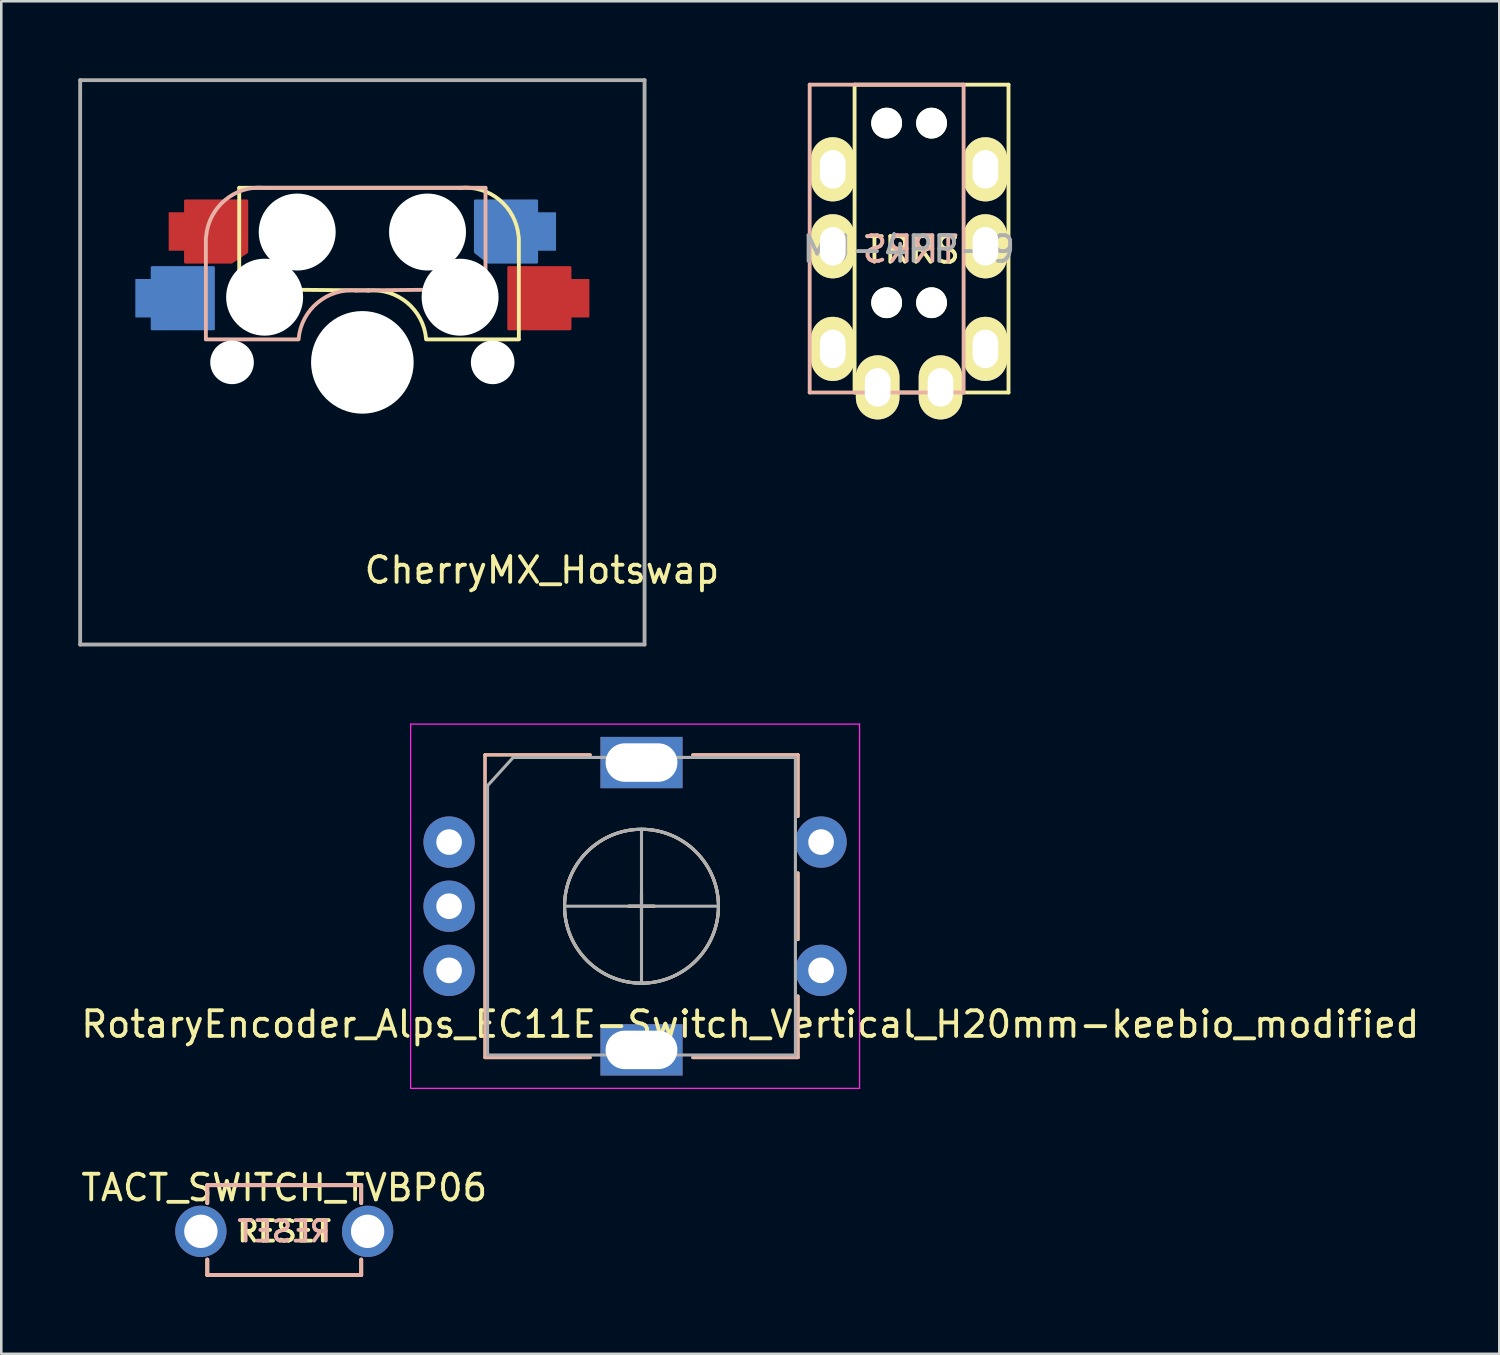
<source format=kicad_pcb>
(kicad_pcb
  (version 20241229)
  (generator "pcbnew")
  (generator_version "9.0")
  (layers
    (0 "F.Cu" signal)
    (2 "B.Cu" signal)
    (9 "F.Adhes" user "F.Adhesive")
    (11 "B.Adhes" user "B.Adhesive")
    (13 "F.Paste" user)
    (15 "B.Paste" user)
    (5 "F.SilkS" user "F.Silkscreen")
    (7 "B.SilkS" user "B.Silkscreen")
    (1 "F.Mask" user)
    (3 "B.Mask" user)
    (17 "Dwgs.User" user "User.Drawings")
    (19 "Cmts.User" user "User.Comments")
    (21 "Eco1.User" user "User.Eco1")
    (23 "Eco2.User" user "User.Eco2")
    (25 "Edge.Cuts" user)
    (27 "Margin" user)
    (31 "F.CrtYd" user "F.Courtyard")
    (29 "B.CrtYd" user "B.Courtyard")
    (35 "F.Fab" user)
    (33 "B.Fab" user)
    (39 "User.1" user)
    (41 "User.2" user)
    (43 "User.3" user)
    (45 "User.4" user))
  (footprint "RotaryEncoder_Alps_EC11E-Switch_Vertical_H20mm-keebio_modified"
    (layer "F.Cu")
    (at 21.956 32.275)
    (property "Reference" "RotaryEncoder_Alps_EC11E-Switch_Vertical_H20mm-keebio_modified" (at 4.24 4.6 0) (layer "F.SilkS") (effects (font (size 1 1) (thickness 0.15))))
    (attr through_hole)
    (fp_line (start -6.1 -5.9) (end -6.1 5.9) (stroke (width 0.12) (type solid)) (layer "F.SilkS"))
    (fp_line (start -2 -5.9) (end -6.1 -5.9) (stroke (width 0.12) (type solid)) (layer "F.SilkS"))
    (fp_line (start -2 5.9) (end -6.1 5.9) (stroke (width 0.12) (type solid)) (layer "F.SilkS"))
    (fp_line (start -0.5 0) (end 0.5 0) (stroke (width 0.12) (type solid)) (layer "F.SilkS"))
    (fp_line (start 0 -0.5) (end 0 0.5) (stroke (width 0.12) (type solid)) (layer "F.SilkS"))
    (fp_line (start 2 -5.9) (end 6.1 -5.9) (stroke (width 0.12) (type solid)) (layer "F.SilkS"))
    (fp_line (start 6.1 -5.9) (end 6.1 -3.5) (stroke (width 0.12) (type solid)) (layer "F.SilkS"))
    (fp_line (start 6.1 -1.3) (end 6.1 1.3) (stroke (width 0.12) (type solid)) (layer "F.SilkS"))
    (fp_line (start 6.1 3.5) (end 6.1 5.9) (stroke (width 0.12) (type solid)) (layer "F.SilkS"))
    (fp_line (start 6.1 5.9) (end 2 5.9) (stroke (width 0.12) (type solid)) (layer "F.SilkS"))
    (fp_circle (center 0 0) (end 3 0) (stroke (width 0.12) (type solid)) (fill no) (layer "F.SilkS"))
    (fp_line (start -6.1 -5.9) (end -6.1 5.9) (stroke (width 0.12) (type solid)) (layer "B.SilkS"))
    (fp_line (start -2 -5.9) (end -6.1 -5.9) (stroke (width 0.12) (type solid)) (layer "B.SilkS"))
    (fp_line (start -2 5.9) (end -6.1 5.9) (stroke (width 0.12) (type solid)) (layer "B.SilkS"))
    (fp_line (start -0.5 0) (end 0.5 0) (stroke (width 0.12) (type solid)) (layer "B.SilkS"))
    (fp_line (start 0 -0.5) (end 0 0.5) (stroke (width 0.12) (type solid)) (layer "B.SilkS"))
    (fp_line (start 2 -5.9) (end 6.1 -5.9) (stroke (width 0.12) (type solid)) (layer "B.SilkS"))
    (fp_line (start 6.1 -5.9) (end 6.1 -3.5) (stroke (width 0.12) (type solid)) (layer "B.SilkS"))
    (fp_line (start 6.1 -1.3) (end 6.1 1.3) (stroke (width 0.12) (type solid)) (layer "B.SilkS"))
    (fp_line (start 6.1 3.5) (end 6.1 5.9) (stroke (width 0.12) (type solid)) (layer "B.SilkS"))
    (fp_line (start 6.1 5.9) (end 2 5.9) (stroke (width 0.12) (type solid)) (layer "B.SilkS"))
    (fp_circle (center 0 0) (end 3 0) (stroke (width 0.12) (type solid)) (fill no) (layer "B.SilkS"))
    (fp_line (start -9 -7.1) (end -9 7.1) (stroke (width 0.05) (type solid)) (layer "F.CrtYd"))
    (fp_line (start -9 -7.1) (end 8.5 -7.1) (stroke (width 0.05) (type solid)) (layer "F.CrtYd"))
    (fp_line (start 8.5 7.1) (end -9 7.1) (stroke (width 0.05) (type solid)) (layer "F.CrtYd"))
    (fp_line (start 8.5 7.1) (end 8.5 -7.1) (stroke (width 0.05) (type solid)) (layer "F.CrtYd"))
    (fp_line (start -6 -4.7) (end -5 -5.8) (stroke (width 0.12) (type solid)) (layer "F.Fab"))
    (fp_line (start -6 5.8) (end -6 -4.7) (stroke (width 0.12) (type solid)) (layer "F.Fab"))
    (fp_line (start -5 -5.8) (end 6 -5.8) (stroke (width 0.12) (type solid)) (layer "F.Fab"))
    (fp_line (start -3 0) (end 3 0) (stroke (width 0.12) (type solid)) (layer "F.Fab"))
    (fp_line (start 0 -3) (end 0 3) (stroke (width 0.12) (type solid)) (layer "F.Fab"))
    (fp_line (start 6 -5.8) (end 6 5.8) (stroke (width 0.12) (type solid)) (layer "F.Fab"))
    (fp_line (start 6 5.8) (end -6 5.8) (stroke (width 0.12) (type solid)) (layer "F.Fab"))
    (fp_circle (center 0 0) (end 3 0) (stroke (width 0.12) (type solid)) (fill no) (layer "F.Fab"))
    (pad "A" thru_hole circle (at -7.5 -2.5) (size 2 2) (drill 1) (layers "*.Cu" "*.Mask"))
    (pad "B" thru_hole circle (at -7.5 2.5) (size 2 2) (drill 1) (layers "*.Cu" "*.Mask"))
    (pad "C" thru_hole circle (at -7.5 0) (size 2 2) (drill 1) (layers "*.Cu" "*.Mask"))
    (pad "MP" thru_hole rect (at 0 -5.6) (size 3.2 2) (drill oval 2.8 1.5) (layers "*.Cu" "*.Mask"))
    (pad "MP" thru_hole rect (at 0 5.6) (size 3.2 2) (drill oval 2.8 1.5) (layers "*.Cu" "*.Mask"))
    (pad "S1" thru_hole circle (at 7 2.5) (size 2 2) (drill 1) (layers "*.Cu" "*.Mask"))
    (pad "S2" thru_hole circle (at 7 -2.5) (size 2 2) (drill 1) (layers "*.Cu" "*.Mask")))
  (footprint "MJ-4PP-9"
    (layer "F.Cu")
    (at 33.262 0.25)
    (property "Reference" "MJ-4PP-9" (at -0.889 6.413 0) (layer "F.Fab") (effects (font (size 1 1) (thickness 0.15))))
    (attr through_hole)
    (fp_line (start -3 0) (end 3 0) (stroke (width 0.15) (type solid)) (layer "F.SilkS"))
    (fp_line (start -3 12) (end -3 0) (stroke (width 0.15) (type solid)) (layer "F.SilkS"))
    (fp_line (start 3 0) (end 3 12) (stroke (width 0.15) (type solid)) (layer "F.SilkS"))
    (fp_line (start 3 12) (end -3 12) (stroke (width 0.15) (type solid)) (layer "F.SilkS"))
    (fp_line (start -4.75 0) (end 1.25 0) (stroke (width 0.15) (type solid)) (layer "B.SilkS"))
    (fp_line (start -4.75 12) (end -4.75 0) (stroke (width 0.15) (type solid)) (layer "B.SilkS"))
    (fp_line (start 1.25 0) (end 1.25 12) (stroke (width 0.15) (type solid)) (layer "B.SilkS"))
    (fp_line (start 1.25 12) (end -4.75 12) (stroke (width 0.15) (type solid)) (layer "B.SilkS"))
    (fp_text user "TRRS" (at -0.75 6.45 0) (layer "F.SilkS") (effects (font (size 1 1) (thickness 0.15))))
    (fp_text user "TRRS" (at -0.826 6.413 0) (layer "B.SilkS") (effects (font (size 1 1) (thickness 0.15)) (justify mirror)))
    (pad "" np_thru_hole circle (at -1.75 1.5) (size 1.2 1.2) (drill 1.2) (layers "*.Cu" "*.Mask" "F.SilkS"))
    (pad "" np_thru_hole circle (at -1.75 8.5) (size 1.2 1.2) (drill 1.2) (layers "*.Cu" "*.Mask" "F.SilkS"))
    (pad "" np_thru_hole circle (at 0 1.5) (size 1.2 1.2) (drill 1.2) (layers "*.Cu" "*.Mask" "F.SilkS"))
    (pad "" np_thru_hole circle (at 0 8.5) (size 1.2 1.2) (drill 1.2) (layers "*.Cu" "*.Mask" "F.SilkS"))
    (pad "1" thru_hole oval (at -3.85 10.3) (size 1.7 2.5) (drill oval 1 1.5) (layers "*.Cu" "*.Mask" "F.SilkS"))
    (pad "1" thru_hole oval (at 2.1 10.3) (size 1.7 2.5) (drill oval 1 1.5) (layers "*.Cu" "*.Mask" "F.SilkS"))
    (pad "2" thru_hole oval (at -3.85 6.3) (size 1.7 2.5) (drill oval 1 1.5) (layers "*.Cu" "*.Mask" "F.SilkS"))
    (pad "2" thru_hole oval (at 2.1 6.3) (size 1.7 2.5) (drill oval 1 1.5) (layers "*.Cu" "*.Mask" "F.SilkS"))
    (pad "3" thru_hole oval (at -3.85 3.3) (size 1.7 2.5) (drill oval 1 1.5) (layers "*.Cu" "*.Mask" "F.SilkS"))
    (pad "3" thru_hole oval (at 2.1 3.3) (size 1.7 2.5) (drill oval 1 1.5) (layers "*.Cu" "*.Mask" "F.SilkS"))
    (pad "4" thru_hole oval (at -2.1 11.8) (size 1.7 2.5) (drill oval 1 1.5) (layers "*.Cu" "*.Mask" "F.SilkS"))
    (pad "4" thru_hole oval (at 0.35 11.8) (size 1.7 2.5) (drill oval 1 1.5) (layers "*.Cu" "*.Mask" "F.SilkS")))
  (footprint "TACT_SWITCH_TVBP06"
    (layer "F.Cu")
    (at 8.03 44.948)
    (property "Reference" "TACT_SWITCH_TVBP06" (at 0 -1.7 0) (layer "F.SilkS") (effects (font (size 1 1) (thickness 0.15))))
    (attr through_hole)
    (fp_line (start -3 -1.8) (end -3 -1.1) (stroke (width 0.15) (type solid)) (layer "F.SilkS"))
    (fp_line (start -3 1.7) (end -3 1.1) (stroke (width 0.15) (type solid)) (layer "F.SilkS"))
    (fp_line (start -3 1.7) (end 3 1.7) (stroke (width 0.15) (type solid)) (layer "F.SilkS"))
    (fp_line (start 3 -1.8) (end -3 -1.8) (stroke (width 0.15) (type solid)) (layer "F.SilkS"))
    (fp_line (start 3 -1.8) (end 3 -1.1) (stroke (width 0.15) (type solid)) (layer "F.SilkS"))
    (fp_line (start 3 1.7) (end 3 1.1) (stroke (width 0.15) (type solid)) (layer "F.SilkS"))
    (fp_line (start -3 -1.8) (end -3 -1.1) (stroke (width 0.15) (type solid)) (layer "B.SilkS"))
    (fp_line (start -3 -1.8) (end 2.9 -1.8) (stroke (width 0.15) (type solid)) (layer "B.SilkS"))
    (fp_line (start -3 -1.8) (end 3 -1.8) (stroke (width 0.15) (type solid)) (layer "B.SilkS"))
    (fp_line (start -3 1.7) (end -3 1.1) (stroke (width 0.15) (type solid)) (layer "B.SilkS"))
    (fp_line (start 3 -1.8) (end 3 -1.1) (stroke (width 0.15) (type solid)) (layer "B.SilkS"))
    (fp_line (start 3 1.7) (end -3 1.7) (stroke (width 0.15) (type solid)) (layer "B.SilkS"))
    (fp_line (start 3 1.7) (end 3 1.1) (stroke (width 0.15) (type solid)) (layer "B.SilkS"))
    (fp_text user "RESET" (at 0 0 180) (layer "F.SilkS") (effects (font (size 0.8 0.8) (thickness 0.15))))
    (fp_text user "RESET" (at 0 0 0) (layer "B.SilkS") (effects (font (size 0.8 0.8) (thickness 0.15)) (justify mirror)))
    (pad "1" thru_hole circle (at -3.25 0) (size 2 2) (drill 1.3) (layers "*.Cu" "*.Mask"))
    (pad "2" thru_hole circle (at 3.25 0) (size 2 2) (drill 1.3) (layers "*.Cu" "*.Mask")))
  (footprint "CherryMX_Hotswap"
    (layer "F.Cu")
    (at 11.075 11.075)
    (property "Reference" "CherryMX_Hotswap" (at 7 8.1 0) (layer "F.SilkS") (effects (font (size 1 1) (thickness 0.15))))
    (attr through_hole)
    (fp_line (start -4.8 -6.804) (end 3.825 -6.804) (stroke (width 0.15) (type solid)) (layer "F.SilkS"))
    (fp_line (start -4.8 -2.896) (end -4.8 -6.804) (stroke (width 0.15) (type solid)) (layer "F.SilkS"))
    (fp_line (start -4.8 -2.85) (end 0.25 -2.804) (stroke (width 0.15) (type solid)) (layer "F.SilkS"))
    (fp_line (start 6.1 -4.85) (end 6.1 -0.905) (stroke (width 0.15) (type solid)) (layer "F.SilkS"))
    (fp_line (start 6.1 -0.896) (end 2.49 -0.896) (stroke (width 0.15) (type solid)) (layer "F.SilkS"))
    (fp_arc (start 0.225 -2.8) (mid 1.744361 -2.328062) (end 2.485001 -0.920001) (stroke (width 0.15) (type solid)) (layer "F.SilkS"))
    (fp_arc (start 3.825 -6.804) (mid 5.347189 -6.33089) (end 6.089 -4.92) (stroke (width 0.15) (type solid)) (layer "F.SilkS"))
    (fp_line (start -6.1 -4.85) (end -6.1 -0.905) (stroke (width 0.15) (type solid)) (layer "B.SilkS"))
    (fp_line (start -6.1 -0.896) (end -2.49 -0.896) (stroke (width 0.15) (type solid)) (layer "B.SilkS"))
    (fp_line (start 4.8 -6.804) (end -3.825 -6.804) (stroke (width 0.15) (type solid)) (layer "B.SilkS"))
    (fp_line (start 4.8 -2.896) (end 4.8 -6.804) (stroke (width 0.15) (type solid)) (layer "B.SilkS"))
    (fp_line (start 4.8 -2.85) (end -0.25 -2.804) (stroke (width 0.15) (type solid)) (layer "B.SilkS"))
    (fp_arc (start -6.089 -4.92) (mid -5.347189 -6.33089) (end -3.825 -6.804) (stroke (width 0.15) (type solid)) (layer "B.SilkS"))
    (fp_arc (start -2.484999 -0.920001) (mid -1.74436 -2.328062) (end -0.225 -2.8) (stroke (width 0.15) (type solid)) (layer "B.SilkS"))
    (fp_line (start -9 -9) (end 9 -9) (stroke (width 0.15) (type solid)) (layer "Eco1.User"))
    (fp_line (start -9 9) (end -9 -9) (stroke (width 0.15) (type solid)) (layer "Eco1.User"))
    (fp_line (start 9 -9) (end 9 9) (stroke (width 0.15) (type solid)) (layer "Eco1.User"))
    (fp_line (start 9 9) (end -9 9) (stroke (width 0.15) (type solid)) (layer "Eco1.User"))
    (fp_line (start -7 -7) (end 7 -7) (stroke (width 0.15) (type solid)) (layer "Eco2.User"))
    (fp_line (start -7 7) (end -7 -7) (stroke (width 0.15) (type solid)) (layer "Eco2.User"))
    (fp_line (start 7 -7) (end 7 7) (stroke (width 0.15) (type solid)) (layer "Eco2.User"))
    (fp_line (start 7 7) (end -7 7) (stroke (width 0.15) (type solid)) (layer "Eco2.User"))
    (fp_line (start -11 -11) (end -11 11) (stroke (width 0.15) (type solid)) (layer "F.Fab"))
    (fp_line (start -11 11) (end 11 11) (stroke (width 0.15) (type solid)) (layer "F.Fab"))
    (fp_line (start 11 -11) (end -11 -11) (stroke (width 0.15) (type solid)) (layer "F.Fab"))
    (fp_line (start 11 11) (end 11 -11) (stroke (width 0.15) (type solid)) (layer "F.Fab"))
    (pad "" np_thru_hole circle (at -5.08 0) (size 1.7 1.7) (drill 1.7) (layers "*.Cu" "*.Mask"))
    (pad "" np_thru_hole circle (at -3.81 -2.54 180) (size 3 3) (drill 3) (layers "*.Cu" "*.Mask"))
    (pad "" np_thru_hole circle (at -2.54 -5.08 180) (size 3 3) (drill 3) (layers "*.Cu" "*.Mask"))
    (pad "" np_thru_hole circle (at 0 0 90) (size 4 4) (drill 4) (layers "*.Cu" "*.Mask"))
    (pad "" np_thru_hole circle (at 2.54 -5.08 180) (size 3 3) (drill 3) (layers "*.Cu" "*.Mask"))
    (pad "" np_thru_hole circle (at 3.81 -2.54 180) (size 3 3) (drill 3) (layers "*.Cu" "*.Mask"))
    (pad "" np_thru_hole circle (at 5.08 0) (size 1.7 1.7) (drill 1.7) (layers "*.Cu" "*.Mask"))
    (pad "1" smd custom (at -8.5 -2.5) (size 0.7 1.5) (layers "B.Cu" "B.Mask" "B.Paste") (options (anchor rect)) (primitives (gr_poly (pts (xy 0.3 -1.2) (xy 2.7 -1.2) (xy 2.7 1.2) (xy 0.3 1.2)) (width 0.1) (fill yes))))
    (pad "1" smd custom (at -7.2 -5.1) (size 0.7 1.5) (layers "F.Cu" "F.Mask" "F.Paste") (options (anchor rect)) (primitives (gr_poly (pts (xy 0.3 -1.2) (xy 0.3 1.2) (xy 2.1 1.2) (xy 2.7 0.8) (xy 2.7 -1.2)) (width 0.1) (fill yes))))
    (pad "2" smd custom (at 7.2 -5.1) (size 0.7 1.5) (layers "B.Cu" "B.Mask" "B.Paste") (options (anchor rect)) (primitives (gr_poly (pts (xy -0.4 -1.2) (xy -2.8 -1.2) (xy -2.8 0.8) (xy -2.3 1.2) (xy -0.4 1.2)) (width 0.1) (fill yes))))
    (pad "2" smd custom (at 8.5 -2.5) (size 0.7 1.5) (layers "F.Cu" "F.Mask" "F.Paste") (options (anchor rect)) (primitives (gr_poly (pts (xy -2.8 -1.2) (xy -0.4 -1.2) (xy -0.4 1.2) (xy -2.8 1.2)) (width 0.1) (fill yes)))))
  (gr_rect
    (start -3 -3)
    (end 55.393 49.723)
    (stroke (width 0.1) (type default))
    (fill no)
    (layer "Edge.Cuts")))
</source>
